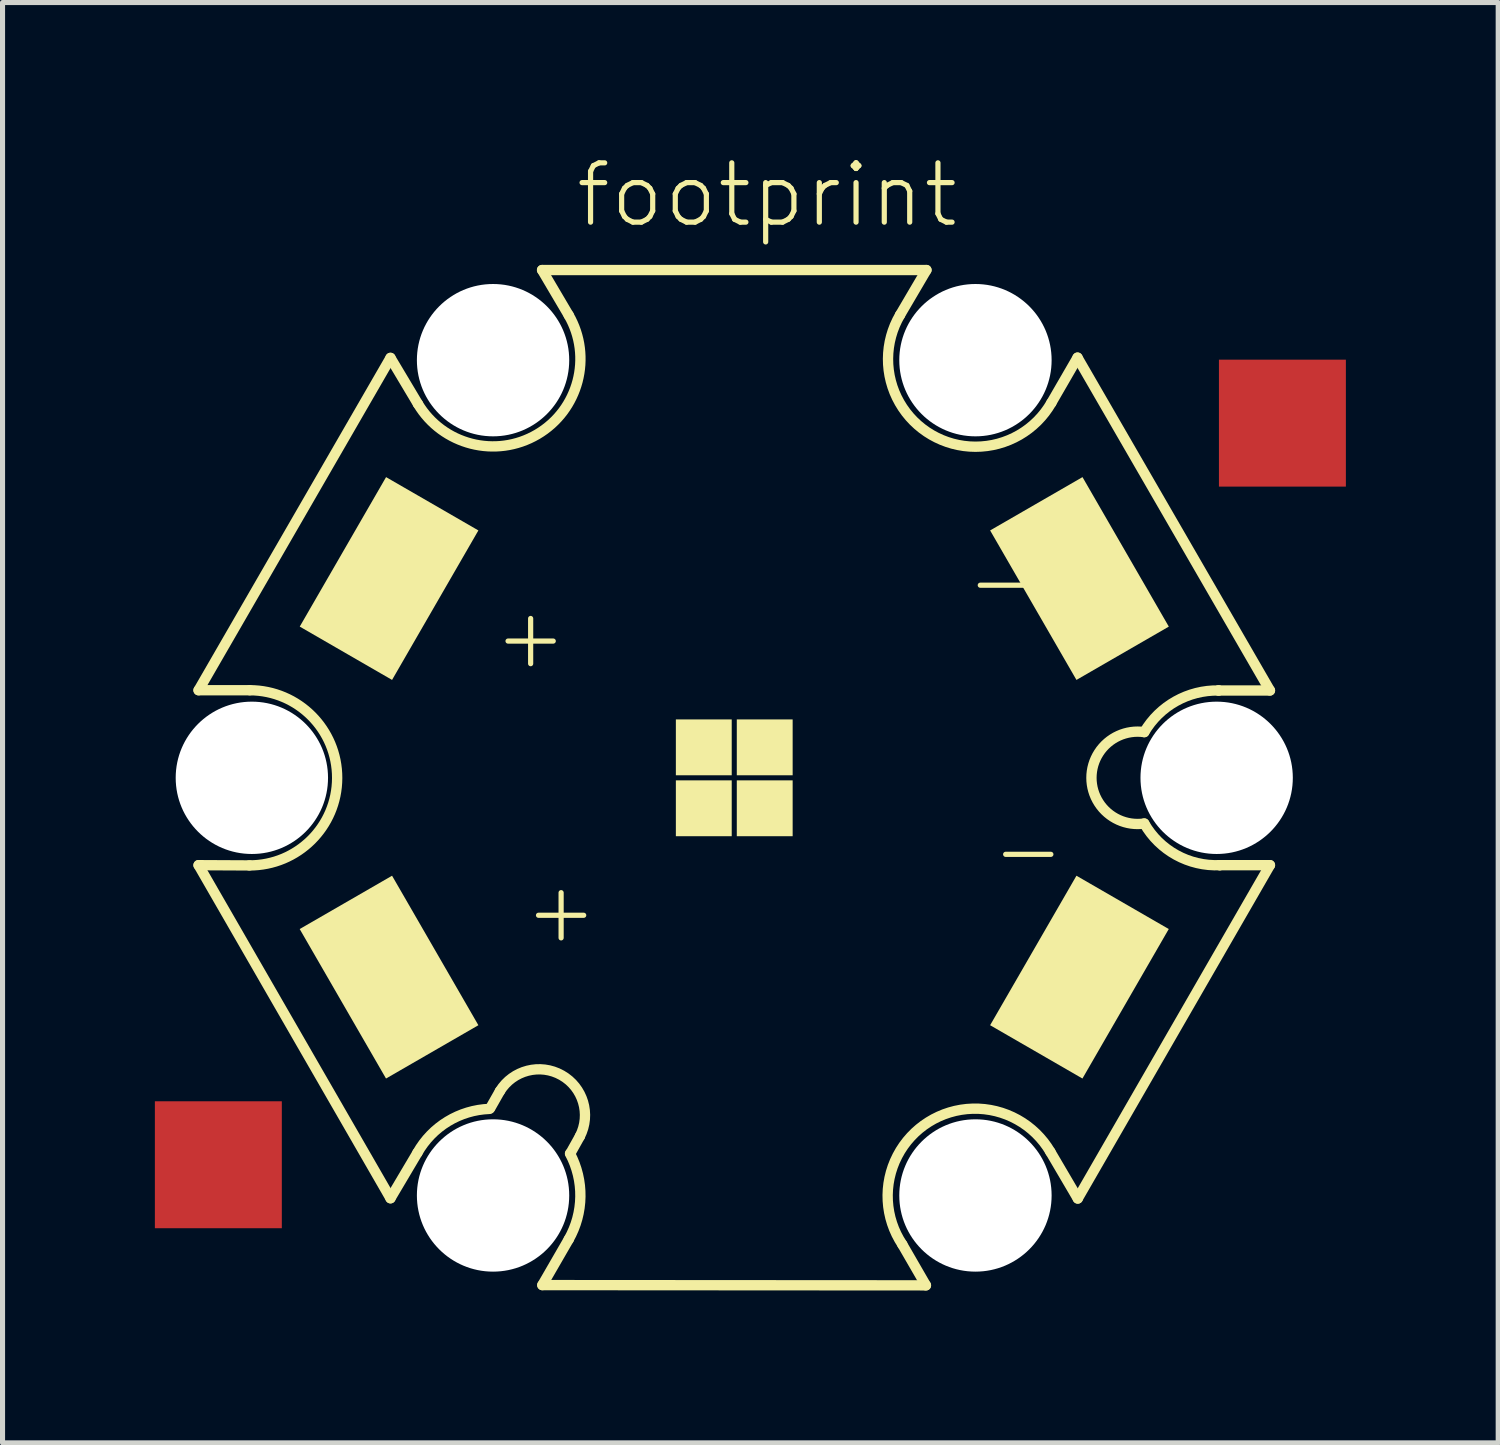
<source format=kicad_pcb>
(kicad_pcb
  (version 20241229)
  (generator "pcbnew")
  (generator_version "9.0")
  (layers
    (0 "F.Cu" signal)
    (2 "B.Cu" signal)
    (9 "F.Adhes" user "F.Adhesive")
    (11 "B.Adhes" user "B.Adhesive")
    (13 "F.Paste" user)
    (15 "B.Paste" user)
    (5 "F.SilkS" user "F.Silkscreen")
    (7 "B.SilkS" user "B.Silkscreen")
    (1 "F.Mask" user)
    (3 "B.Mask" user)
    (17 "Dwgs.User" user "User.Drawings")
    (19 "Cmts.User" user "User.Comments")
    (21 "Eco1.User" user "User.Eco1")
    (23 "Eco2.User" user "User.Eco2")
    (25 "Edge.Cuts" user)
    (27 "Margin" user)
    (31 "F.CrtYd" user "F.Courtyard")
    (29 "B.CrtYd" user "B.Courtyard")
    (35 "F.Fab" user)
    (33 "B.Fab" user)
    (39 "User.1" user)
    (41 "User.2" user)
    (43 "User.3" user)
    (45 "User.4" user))
  (footprint "footprint"
    (layer "F.Cu")
    (at 11.41 12.268)
    (property "Reference" "footprint" (at -3.175 -10.795 0) (layer "F.SilkS") (effects (font (size 1.168 1.168) (thickness 0.102)) (justify left bottom)))
    (fp_line (start -10.55 -1.725) (end -6.77 -8.27) (stroke (width 0.203) (type solid)) (layer "F.SilkS"))
    (fp_line (start -10.55 1.72) (end -9.55 1.725) (stroke (width 0.203) (type solid)) (layer "F.SilkS"))
    (fp_line (start -9.54 -1.725) (end -10.55 -1.725) (stroke (width 0.203) (type solid)) (layer "F.SilkS"))
    (fp_line (start -6.77 -8.27) (end -6.23 -7.365) (stroke (width 0.203) (type solid)) (layer "F.SilkS"))
    (fp_line (start -6.77 8.28) (end -10.55 1.72) (stroke (width 0.203) (type solid)) (layer "F.SilkS"))
    (fp_line (start -6.24 7.385) (end -6.77 8.28) (stroke (width 0.203) (type solid)) (layer "F.SilkS"))
    (fp_line (start -4.805 6.505) (end -4.615 6.17) (stroke (width 0.203) (type solid)) (layer "F.SilkS"))
    (fp_line (start -3.785 -10) (end 3.785 -10) (stroke (width 0.203) (type solid)) (layer "F.SilkS"))
    (fp_line (start -3.78 9.99) (end -3.26 9.09) (stroke (width 0.203) (type solid)) (layer "F.SilkS"))
    (fp_line (start -3.26 -9.11) (end -3.785 -10) (stroke (width 0.203) (type solid)) (layer "F.SilkS"))
    (fp_line (start -3.04 7.06) (end -3.23 7.4) (stroke (width 0.203) (type solid)) (layer "F.SilkS"))
    (fp_line (start 3.31 9.19) (end 3.775 9.995) (stroke (width 0.203) (type solid)) (layer "F.SilkS"))
    (fp_line (start 3.775 9.995) (end -3.78 9.99) (stroke (width 0.203) (type solid)) (layer "F.SilkS"))
    (fp_line (start 3.785 -10) (end 3.265 -9.115) (stroke (width 0.203) (type solid)) (layer "F.SilkS"))
    (fp_line (start 6.245 -7.385) (end 6.76 -8.275) (stroke (width 0.203) (type solid)) (layer "F.SilkS"))
    (fp_line (start 6.76 -8.275) (end 10.55 -1.72) (stroke (width 0.203) (type solid)) (layer "F.SilkS"))
    (fp_line (start 6.765 8.285) (end 6.225 7.365) (stroke (width 0.203) (type solid)) (layer "F.SilkS"))
    (fp_line (start 9.54 -1.72) (end 9.535 -1.72) (stroke (width 0.203) (type solid)) (layer "F.SilkS"))
    (fp_line (start 9.55 1.72) (end 9.565 1.72) (stroke (width 0.203) (type solid)) (layer "F.SilkS"))
    (fp_line (start 9.565 1.72) (end 10.55 1.72) (stroke (width 0.203) (type solid)) (layer "F.SilkS"))
    (fp_line (start 10.55 -1.72) (end 9.54 -1.72) (stroke (width 0.203) (type solid)) (layer "F.SilkS"))
    (fp_line (start 10.55 1.72) (end 6.765 8.285) (stroke (width 0.203) (type solid)) (layer "F.SilkS"))
    (fp_arc (start -9.54 -1.725001) (mid -7.816396 0.00501) (end -9.55 1.725) (stroke (width 0.2032) (type solid)) (layer "F.SilkS"))
    (fp_arc (start -6.24 7.385) (mid -5.643077 6.766871) (end -4.820001 6.52) (stroke (width 0.2032) (type solid)) (layer "F.SilkS"))
    (fp_arc (start -4.615 6.17) (mid -3.399509 5.857601) (end -3.039998 7.06) (stroke (width 0.2032) (type solid)) (layer "F.SilkS"))
    (fp_arc (start -3.26 -9.11) (mid -3.878414 -6.762566) (end -6.23 -7.365) (stroke (width 0.2032) (type solid)) (layer "F.SilkS"))
    (fp_arc (start -3.235 7.4) (mid -3.030175 8.248214) (end -3.26 9.089999) (stroke (width 0.2032) (type solid)) (layer "F.SilkS"))
    (fp_arc (start 3.309998 9.19) (mid 3.828519 6.777702) (end 6.225 7.365) (stroke (width 0.2032) (type solid)) (layer "F.SilkS"))
    (fp_arc (start 6.244998 -7.384998) (mid 3.885458 -6.75218) (end 3.265 -9.115) (stroke (width 0.2032) (type solid)) (layer "F.SilkS"))
    (fp_arc (start 8.075 -0.9) (mid 8.696289 -1.508688) (end 9.54 -1.72) (stroke (width 0.2032) (type solid)) (layer "F.SilkS"))
    (fp_arc (start 8.075 0.9) (mid 7.03463 0) (end 8.075 -0.9) (stroke (width 0.2032) (type solid)) (layer "F.SilkS"))
    (fp_arc (start 9.565 1.72) (mid 8.704471 1.519925) (end 8.075 0.9) (stroke (width 0.2032) (type solid)) (layer "F.SilkS"))
    (fp_poly (pts (xy -6.739 1.928) (xy -8.558 2.978) (xy -6.858 5.922) (xy -5.039 4.872)) (stroke (width 0) (type solid)) (fill yes) (layer "F.SilkS"))
    (fp_poly (pts (xy -5.039 -4.872) (xy -6.857 -5.922) (xy -8.557 -2.978) (xy -6.739 -1.928)) (stroke (width 0) (type solid)) (fill yes) (layer "F.SilkS"))
    (fp_poly (pts (xy -1.15 -0.05) (xy -0.05 -0.05) (xy -0.05 -1.15) (xy -1.15 -1.15)) (stroke (width 0) (type solid)) (fill yes) (layer "F.SilkS"))
    (fp_poly (pts (xy -1.15 1.15) (xy -0.05 1.15) (xy -0.05 0.05) (xy -1.15 0.05)) (stroke (width 0) (type solid)) (fill yes) (layer "F.SilkS"))
    (fp_poly (pts (xy 0.05 -0.05) (xy 1.15 -0.05) (xy 1.15 -1.15) (xy 0.05 -1.15)) (stroke (width 0) (type solid)) (fill yes) (layer "F.SilkS"))
    (fp_poly (pts (xy 0.05 1.15) (xy 1.15 1.15) (xy 1.15 0.05) (xy 0.05 0.05)) (stroke (width 0) (type solid)) (fill yes) (layer "F.SilkS"))
    (fp_poly (pts (xy 5.039 4.872) (xy 6.857 5.922) (xy 8.557 2.978) (xy 6.739 1.928)) (stroke (width 0) (type solid)) (fill yes) (layer "F.SilkS"))
    (fp_poly (pts (xy 6.739 -1.928) (xy 8.558 -2.978) (xy 6.858 -5.922) (xy 5.039 -4.872)) (stroke (width 0) (type solid)) (fill yes) (layer "F.SilkS"))
    (fp_text user "-" (at 5 2.1 0) (layer "F.SilkS") (effects (font (size 1.168 1.168) (thickness 0.102)) (justify left bottom)))
    (fp_text user "-" (at 4.5 -3.2 0) (layer "F.SilkS") (effects (font (size 1.168 1.168) (thickness 0.102)) (justify left bottom)))
    (fp_text user "+" (at -4.8 -2.1 0) (layer "F.SilkS") (effects (font (size 1.168 1.168) (thickness 0.102)) (justify left bottom)))
    (fp_text user "+" (at -4.2 3.3 0) (layer "F.SilkS") (effects (font (size 1.168 1.168) (thickness 0.102)) (justify left bottom)))
    (pad "" np_thru_hole circle (at -9.5 0) (size 3 3) (drill 3) (layers "*.Cu" "*.Mask"))
    (pad "" np_thru_hole circle (at -4.75 -8.225) (size 3 3) (drill 3) (layers "*.Cu" "*.Mask"))
    (pad "" np_thru_hole circle (at -4.75 8.225) (size 3 3) (drill 3) (layers "*.Cu" "*.Mask"))
    (pad "" np_thru_hole circle (at 4.75 -8.225) (size 3 3) (drill 3) (layers "*.Cu" "*.Mask"))
    (pad "" np_thru_hole circle (at 4.75 8.225) (size 3 3) (drill 3) (layers "*.Cu" "*.Mask"))
    (pad "" np_thru_hole circle (at 9.5 0) (size 3 3) (drill 3) (layers "*.Cu" "*.Mask"))
    (pad "+" smd rect (at -10.16 7.62) (size 2.5 2.5) (layers "F.Cu" "F.Mask" "F.Paste"))
    (pad "-" smd rect (at 10.795 -6.985) (size 2.5 2.5) (layers "F.Cu" "F.Mask" "F.Paste")))
  (gr_rect
    (start -3 -3)
    (end 26.455 25.365)
    (stroke (width 0.1) (type default))
    (fill no)
    (layer "Edge.Cuts")))
</source>
